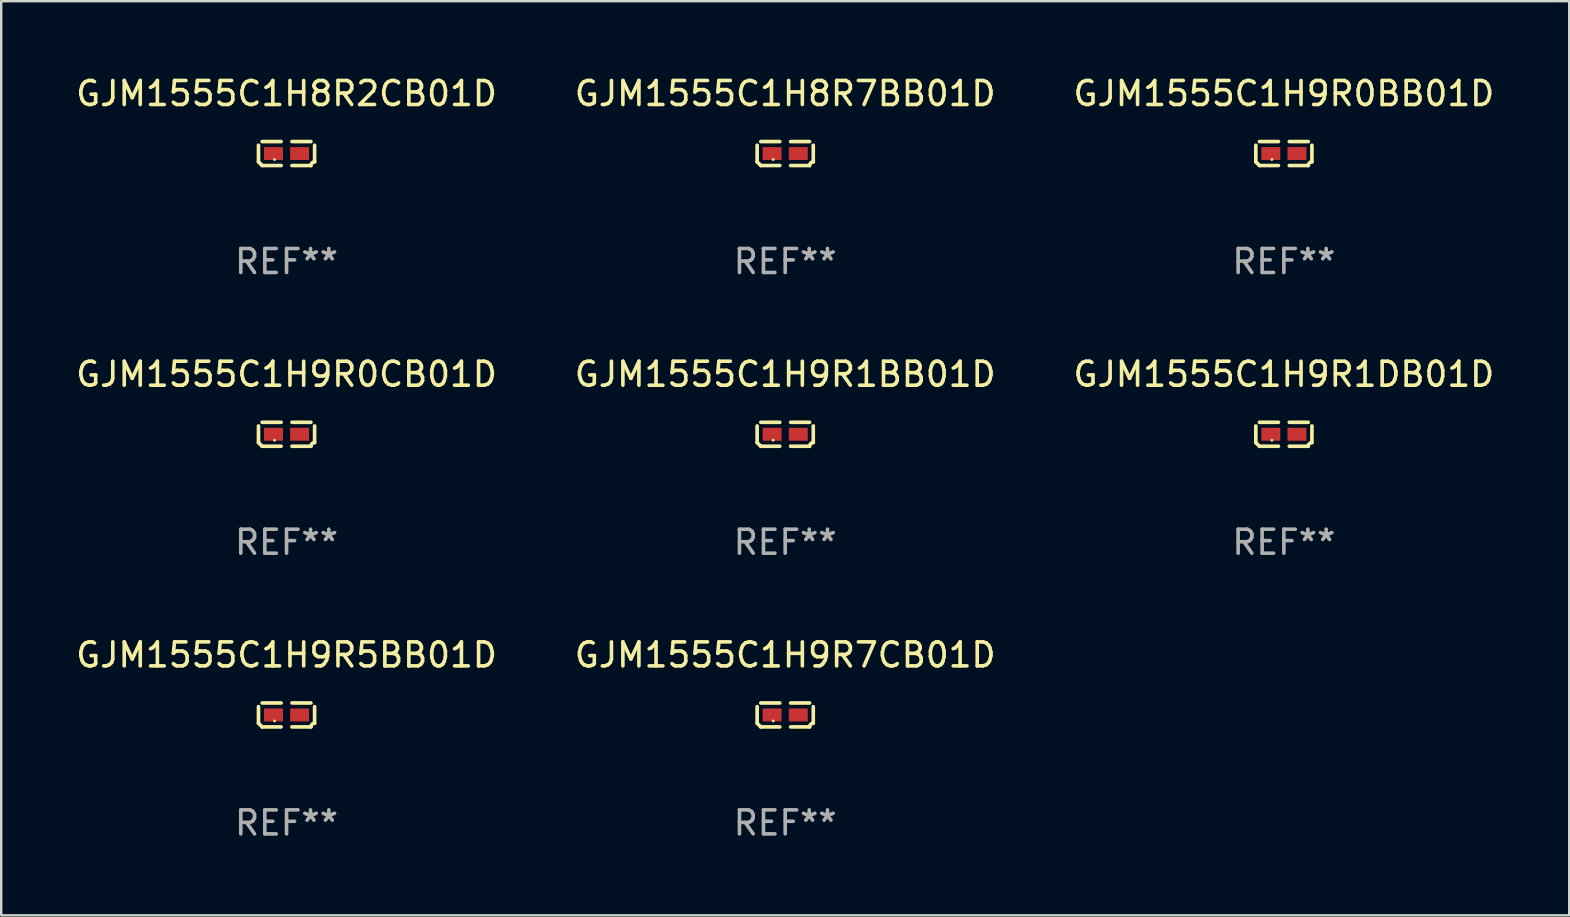
<source format=kicad_pcb>
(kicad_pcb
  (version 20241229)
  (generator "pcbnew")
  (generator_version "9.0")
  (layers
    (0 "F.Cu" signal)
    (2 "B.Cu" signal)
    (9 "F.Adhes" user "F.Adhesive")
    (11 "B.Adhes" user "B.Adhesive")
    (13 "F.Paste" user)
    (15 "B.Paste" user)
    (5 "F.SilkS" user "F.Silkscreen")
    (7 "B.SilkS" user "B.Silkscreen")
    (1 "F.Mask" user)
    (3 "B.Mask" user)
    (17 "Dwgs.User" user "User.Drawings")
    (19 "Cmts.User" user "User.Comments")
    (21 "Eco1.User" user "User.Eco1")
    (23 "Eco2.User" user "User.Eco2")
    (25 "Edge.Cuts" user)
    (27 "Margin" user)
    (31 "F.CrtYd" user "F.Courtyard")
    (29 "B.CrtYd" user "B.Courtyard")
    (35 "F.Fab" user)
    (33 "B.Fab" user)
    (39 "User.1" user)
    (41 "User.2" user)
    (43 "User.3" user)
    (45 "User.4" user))
  (footprint "GJM1555C1H9R1BB01D"
    (layer "F.Cu")
    (at 29.661 15.041)
    (property "Reference" "GJM1555C1H9R1BB01D" (at 0 -2.499 0) (layer "F.SilkS") (effects (font (size 1 1) (thickness 0.15))))
    (attr through_hole)
    (fp_line (start -1.169 0.346) (end -1.169 -0.346) (stroke (width 0.152) (type solid)) (layer "F.SilkS"))
    (fp_line (start -1.016 -0.499) (end -0.226 -0.499) (stroke (width 0.152) (type solid)) (layer "F.SilkS"))
    (fp_line (start -0.226 0.499) (end -1.016 0.499) (stroke (width 0.152) (type solid)) (layer "F.SilkS"))
    (fp_line (start 0.226 0.499) (end 1.016 0.499) (stroke (width 0.152) (type solid)) (layer "F.SilkS"))
    (fp_line (start 1.016 -0.499) (end 0.226 -0.499) (stroke (width 0.152) (type solid)) (layer "F.SilkS"))
    (fp_line (start 1.169 0.346) (end 1.169 -0.346) (stroke (width 0.152) (type solid)) (layer "F.SilkS"))
    (fp_arc (start -1.016307 0.498603) (mid -1.092512 0.422405) (end -1.16871 0.3462) (stroke (width 0.1524) (type solid)) (layer "F.SilkS"))
    (fp_arc (start 1.016307 0.498603) (mid 1.060899 0.390758) (end 1.168707 0.346076) (stroke (width 0.1524) (type solid)) (layer "F.SilkS"))
    (fp_circle (center -0.5 0.25) (end -0.47 0.25) (stroke (width 0.06) (type solid)) (fill no) (layer "F.SilkS"))
    (fp_text user "REF**" (at 0 4.499 0) (layer "F.Fab") (effects (font (size 1 1) (thickness 0.15))))
    (pad "1" smd rect (at -0.545 0) (size 0.79 0.54) (layers "F.Cu" "F.Mask" "F.Paste"))
    (pad "2" smd rect (at 0.545 0) (size 0.79 0.54) (layers "F.Cu" "F.Mask" "F.Paste")))
  (footprint "GJM1555C1H9R0BB01D"
    (layer "F.Cu")
    (at 50.435 3.347)
    (property "Reference" "GJM1555C1H9R0BB01D" (at 0 -2.499 0) (layer "F.SilkS") (effects (font (size 1 1) (thickness 0.15))))
    (attr through_hole)
    (fp_line (start -1.169 0.346) (end -1.169 -0.346) (stroke (width 0.152) (type solid)) (layer "F.SilkS"))
    (fp_line (start -1.016 -0.499) (end -0.226 -0.499) (stroke (width 0.152) (type solid)) (layer "F.SilkS"))
    (fp_line (start -0.226 0.499) (end -1.016 0.499) (stroke (width 0.152) (type solid)) (layer "F.SilkS"))
    (fp_line (start 0.226 0.499) (end 1.016 0.499) (stroke (width 0.152) (type solid)) (layer "F.SilkS"))
    (fp_line (start 1.016 -0.499) (end 0.226 -0.499) (stroke (width 0.152) (type solid)) (layer "F.SilkS"))
    (fp_line (start 1.169 0.346) (end 1.169 -0.346) (stroke (width 0.152) (type solid)) (layer "F.SilkS"))
    (fp_arc (start -1.016307 0.498603) (mid -1.092512 0.422405) (end -1.16871 0.3462) (stroke (width 0.1524) (type solid)) (layer "F.SilkS"))
    (fp_arc (start 1.016307 0.498603) (mid 1.060899 0.390758) (end 1.168707 0.346076) (stroke (width 0.1524) (type solid)) (layer "F.SilkS"))
    (fp_circle (center -0.5 0.25) (end -0.47 0.25) (stroke (width 0.06) (type solid)) (fill no) (layer "F.SilkS"))
    (fp_text user "REF**" (at 0 4.499 0) (layer "F.Fab") (effects (font (size 1 1) (thickness 0.15))))
    (pad "1" smd rect (at -0.545 0) (size 0.79 0.54) (layers "F.Cu" "F.Mask" "F.Paste"))
    (pad "2" smd rect (at 0.545 0) (size 0.79 0.54) (layers "F.Cu" "F.Mask" "F.Paste")))
  (footprint "GJM1555C1H9R1DB01D"
    (layer "F.Cu")
    (at 50.435 15.041)
    (property "Reference" "GJM1555C1H9R1DB01D" (at 0 -2.499 0) (layer "F.SilkS") (effects (font (size 1 1) (thickness 0.15))))
    (attr through_hole)
    (fp_line (start -1.169 0.346) (end -1.169 -0.346) (stroke (width 0.152) (type solid)) (layer "F.SilkS"))
    (fp_line (start -1.016 -0.499) (end -0.226 -0.499) (stroke (width 0.152) (type solid)) (layer "F.SilkS"))
    (fp_line (start -0.226 0.499) (end -1.016 0.499) (stroke (width 0.152) (type solid)) (layer "F.SilkS"))
    (fp_line (start 0.226 0.499) (end 1.016 0.499) (stroke (width 0.152) (type solid)) (layer "F.SilkS"))
    (fp_line (start 1.016 -0.499) (end 0.226 -0.499) (stroke (width 0.152) (type solid)) (layer "F.SilkS"))
    (fp_line (start 1.169 0.346) (end 1.169 -0.346) (stroke (width 0.152) (type solid)) (layer "F.SilkS"))
    (fp_arc (start -1.016307 0.498603) (mid -1.092512 0.422405) (end -1.16871 0.3462) (stroke (width 0.1524) (type solid)) (layer "F.SilkS"))
    (fp_arc (start 1.016307 0.498603) (mid 1.060899 0.390758) (end 1.168707 0.346076) (stroke (width 0.1524) (type solid)) (layer "F.SilkS"))
    (fp_circle (center -0.5 0.25) (end -0.47 0.25) (stroke (width 0.06) (type solid)) (fill no) (layer "F.SilkS"))
    (fp_text user "REF**" (at 0 4.499 0) (layer "F.Fab") (effects (font (size 1 1) (thickness 0.15))))
    (pad "1" smd rect (at -0.545 0) (size 0.79 0.54) (layers "F.Cu" "F.Mask" "F.Paste"))
    (pad "2" smd rect (at 0.545 0) (size 0.79 0.54) (layers "F.Cu" "F.Mask" "F.Paste")))
  (footprint "GJM1555C1H9R5BB01D"
    (layer "F.Cu")
    (at 8.887 26.734)
    (property "Reference" "GJM1555C1H9R5BB01D" (at 0 -2.499 0) (layer "F.SilkS") (effects (font (size 1 1) (thickness 0.15))))
    (attr through_hole)
    (fp_line (start -1.169 0.346) (end -1.169 -0.346) (stroke (width 0.152) (type solid)) (layer "F.SilkS"))
    (fp_line (start -1.016 -0.499) (end -0.226 -0.499) (stroke (width 0.152) (type solid)) (layer "F.SilkS"))
    (fp_line (start -0.226 0.499) (end -1.016 0.499) (stroke (width 0.152) (type solid)) (layer "F.SilkS"))
    (fp_line (start 0.226 0.499) (end 1.016 0.499) (stroke (width 0.152) (type solid)) (layer "F.SilkS"))
    (fp_line (start 1.016 -0.499) (end 0.226 -0.499) (stroke (width 0.152) (type solid)) (layer "F.SilkS"))
    (fp_line (start 1.169 0.346) (end 1.169 -0.346) (stroke (width 0.152) (type solid)) (layer "F.SilkS"))
    (fp_arc (start -1.016307 0.498603) (mid -1.092512 0.422405) (end -1.16871 0.3462) (stroke (width 0.1524) (type solid)) (layer "F.SilkS"))
    (fp_arc (start 1.016307 0.498603) (mid 1.060899 0.390758) (end 1.168707 0.346076) (stroke (width 0.1524) (type solid)) (layer "F.SilkS"))
    (fp_circle (center -0.5 0.25) (end -0.47 0.25) (stroke (width 0.06) (type solid)) (fill no) (layer "F.SilkS"))
    (fp_text user "REF**" (at 0 4.499 0) (layer "F.Fab") (effects (font (size 1 1) (thickness 0.15))))
    (pad "1" smd rect (at -0.545 0) (size 0.79 0.54) (layers "F.Cu" "F.Mask" "F.Paste"))
    (pad "2" smd rect (at 0.545 0) (size 0.79 0.54) (layers "F.Cu" "F.Mask" "F.Paste")))
  (footprint "GJM1555C1H8R2CB01D"
    (layer "F.Cu")
    (at 8.887 3.347)
    (property "Reference" "GJM1555C1H8R2CB01D" (at 0 -2.499 0) (layer "F.SilkS") (effects (font (size 1 1) (thickness 0.15))))
    (attr through_hole)
    (fp_line (start -1.169 0.346) (end -1.169 -0.346) (stroke (width 0.152) (type solid)) (layer "F.SilkS"))
    (fp_line (start -1.016 -0.499) (end -0.226 -0.499) (stroke (width 0.152) (type solid)) (layer "F.SilkS"))
    (fp_line (start -0.226 0.499) (end -1.016 0.499) (stroke (width 0.152) (type solid)) (layer "F.SilkS"))
    (fp_line (start 0.226 0.499) (end 1.016 0.499) (stroke (width 0.152) (type solid)) (layer "F.SilkS"))
    (fp_line (start 1.016 -0.499) (end 0.226 -0.499) (stroke (width 0.152) (type solid)) (layer "F.SilkS"))
    (fp_line (start 1.169 0.346) (end 1.169 -0.346) (stroke (width 0.152) (type solid)) (layer "F.SilkS"))
    (fp_arc (start -1.016307 0.498603) (mid -1.092512 0.422405) (end -1.16871 0.3462) (stroke (width 0.1524) (type solid)) (layer "F.SilkS"))
    (fp_arc (start 1.016307 0.498603) (mid 1.060899 0.390758) (end 1.168707 0.346076) (stroke (width 0.1524) (type solid)) (layer "F.SilkS"))
    (fp_circle (center -0.5 0.25) (end -0.47 0.25) (stroke (width 0.06) (type solid)) (fill no) (layer "F.SilkS"))
    (fp_text user "REF**" (at 0 4.499 0) (layer "F.Fab") (effects (font (size 1 1) (thickness 0.15))))
    (pad "1" smd rect (at -0.545 0) (size 0.79 0.54) (layers "F.Cu" "F.Mask" "F.Paste"))
    (pad "2" smd rect (at 0.545 0) (size 0.79 0.54) (layers "F.Cu" "F.Mask" "F.Paste")))
  (footprint "GJM1555C1H8R7BB01D"
    (layer "F.Cu")
    (at 29.661 3.347)
    (property "Reference" "GJM1555C1H8R7BB01D" (at 0 -2.499 0) (layer "F.SilkS") (effects (font (size 1 1) (thickness 0.15))))
    (attr through_hole)
    (fp_line (start -1.169 0.346) (end -1.169 -0.346) (stroke (width 0.152) (type solid)) (layer "F.SilkS"))
    (fp_line (start -1.016 -0.499) (end -0.226 -0.499) (stroke (width 0.152) (type solid)) (layer "F.SilkS"))
    (fp_line (start -0.226 0.499) (end -1.016 0.499) (stroke (width 0.152) (type solid)) (layer "F.SilkS"))
    (fp_line (start 0.226 0.499) (end 1.016 0.499) (stroke (width 0.152) (type solid)) (layer "F.SilkS"))
    (fp_line (start 1.016 -0.499) (end 0.226 -0.499) (stroke (width 0.152) (type solid)) (layer "F.SilkS"))
    (fp_line (start 1.169 0.346) (end 1.169 -0.346) (stroke (width 0.152) (type solid)) (layer "F.SilkS"))
    (fp_arc (start -1.016307 0.498603) (mid -1.092512 0.422405) (end -1.16871 0.3462) (stroke (width 0.1524) (type solid)) (layer "F.SilkS"))
    (fp_arc (start 1.016307 0.498603) (mid 1.060899 0.390758) (end 1.168707 0.346076) (stroke (width 0.1524) (type solid)) (layer "F.SilkS"))
    (fp_circle (center -0.5 0.25) (end -0.47 0.25) (stroke (width 0.06) (type solid)) (fill no) (layer "F.SilkS"))
    (fp_text user "REF**" (at 0 4.499 0) (layer "F.Fab") (effects (font (size 1 1) (thickness 0.15))))
    (pad "1" smd rect (at -0.545 0) (size 0.79 0.54) (layers "F.Cu" "F.Mask" "F.Paste"))
    (pad "2" smd rect (at 0.545 0) (size 0.79 0.54) (layers "F.Cu" "F.Mask" "F.Paste")))
  (footprint "GJM1555C1H9R0CB01D"
    (layer "F.Cu")
    (at 8.887 15.041)
    (property "Reference" "GJM1555C1H9R0CB01D" (at 0 -2.499 0) (layer "F.SilkS") (effects (font (size 1 1) (thickness 0.15))))
    (attr through_hole)
    (fp_line (start -1.169 0.346) (end -1.169 -0.346) (stroke (width 0.152) (type solid)) (layer "F.SilkS"))
    (fp_line (start -1.016 -0.499) (end -0.226 -0.499) (stroke (width 0.152) (type solid)) (layer "F.SilkS"))
    (fp_line (start -0.226 0.499) (end -1.016 0.499) (stroke (width 0.152) (type solid)) (layer "F.SilkS"))
    (fp_line (start 0.226 0.499) (end 1.016 0.499) (stroke (width 0.152) (type solid)) (layer "F.SilkS"))
    (fp_line (start 1.016 -0.499) (end 0.226 -0.499) (stroke (width 0.152) (type solid)) (layer "F.SilkS"))
    (fp_line (start 1.169 0.346) (end 1.169 -0.346) (stroke (width 0.152) (type solid)) (layer "F.SilkS"))
    (fp_arc (start -1.016307 0.498603) (mid -1.092512 0.422405) (end -1.16871 0.3462) (stroke (width 0.1524) (type solid)) (layer "F.SilkS"))
    (fp_arc (start 1.016307 0.498603) (mid 1.060899 0.390758) (end 1.168707 0.346076) (stroke (width 0.1524) (type solid)) (layer "F.SilkS"))
    (fp_circle (center -0.5 0.25) (end -0.47 0.25) (stroke (width 0.06) (type solid)) (fill no) (layer "F.SilkS"))
    (fp_text user "REF**" (at 0 4.499 0) (layer "F.Fab") (effects (font (size 1 1) (thickness 0.15))))
    (pad "1" smd rect (at -0.545 0) (size 0.79 0.54) (layers "F.Cu" "F.Mask" "F.Paste"))
    (pad "2" smd rect (at 0.545 0) (size 0.79 0.54) (layers "F.Cu" "F.Mask" "F.Paste")))
  (footprint "GJM1555C1H9R7CB01D"
    (layer "F.Cu")
    (at 29.661 26.734)
    (property "Reference" "GJM1555C1H9R7CB01D" (at 0 -2.499 0) (layer "F.SilkS") (effects (font (size 1 1) (thickness 0.15))))
    (attr through_hole)
    (fp_line (start -1.169 0.346) (end -1.169 -0.346) (stroke (width 0.152) (type solid)) (layer "F.SilkS"))
    (fp_line (start -1.016 -0.499) (end -0.226 -0.499) (stroke (width 0.152) (type solid)) (layer "F.SilkS"))
    (fp_line (start -0.226 0.499) (end -1.016 0.499) (stroke (width 0.152) (type solid)) (layer "F.SilkS"))
    (fp_line (start 0.226 0.499) (end 1.016 0.499) (stroke (width 0.152) (type solid)) (layer "F.SilkS"))
    (fp_line (start 1.016 -0.499) (end 0.226 -0.499) (stroke (width 0.152) (type solid)) (layer "F.SilkS"))
    (fp_line (start 1.169 0.346) (end 1.169 -0.346) (stroke (width 0.152) (type solid)) (layer "F.SilkS"))
    (fp_arc (start -1.016307 0.498603) (mid -1.092512 0.422405) (end -1.16871 0.3462) (stroke (width 0.1524) (type solid)) (layer "F.SilkS"))
    (fp_arc (start 1.016307 0.498603) (mid 1.060899 0.390758) (end 1.168707 0.346076) (stroke (width 0.1524) (type solid)) (layer "F.SilkS"))
    (fp_circle (center -0.5 0.25) (end -0.47 0.25) (stroke (width 0.06) (type solid)) (fill no) (layer "F.SilkS"))
    (fp_text user "REF**" (at 0 4.499 0) (layer "F.Fab") (effects (font (size 1 1) (thickness 0.15))))
    (pad "1" smd rect (at -0.545 0) (size 0.79 0.54) (layers "F.Cu" "F.Mask" "F.Paste"))
    (pad "2" smd rect (at 0.545 0) (size 0.79 0.54) (layers "F.Cu" "F.Mask" "F.Paste")))
  (gr_rect
    (start -3 -3)
    (end 62.321 35.081)
    (stroke (width 0.1) (type default))
    (fill no)
    (layer "Edge.Cuts")))
</source>
